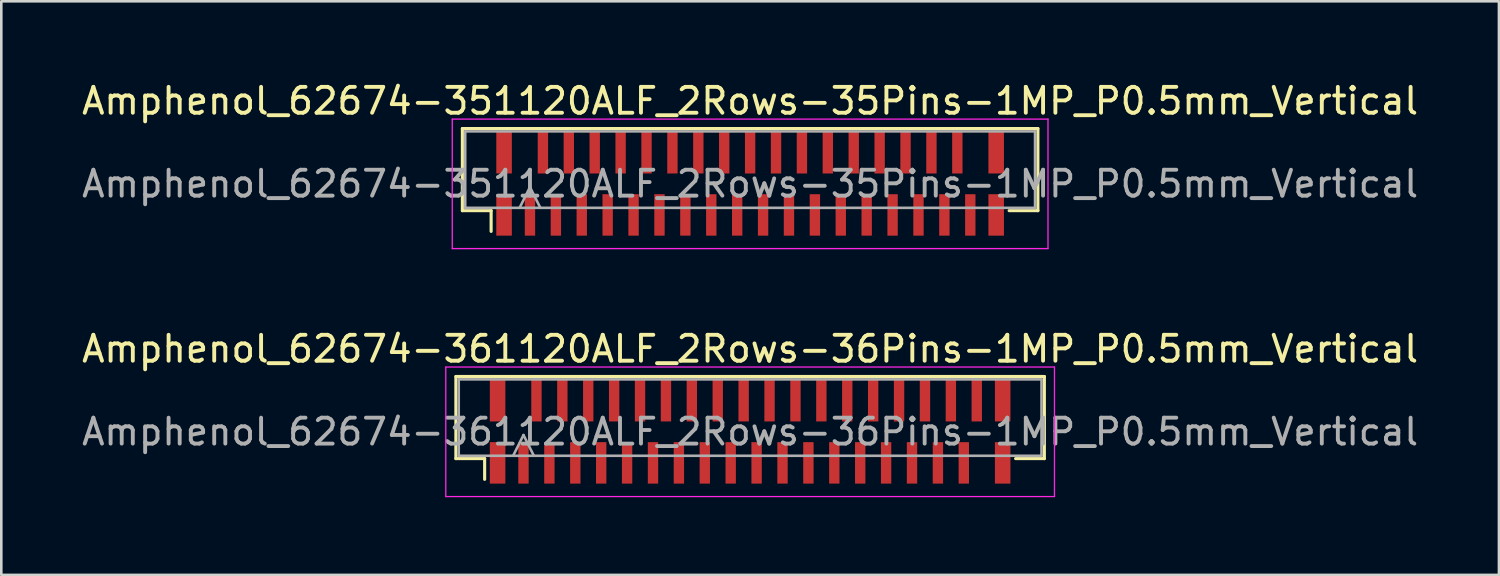
<source format=kicad_pcb>
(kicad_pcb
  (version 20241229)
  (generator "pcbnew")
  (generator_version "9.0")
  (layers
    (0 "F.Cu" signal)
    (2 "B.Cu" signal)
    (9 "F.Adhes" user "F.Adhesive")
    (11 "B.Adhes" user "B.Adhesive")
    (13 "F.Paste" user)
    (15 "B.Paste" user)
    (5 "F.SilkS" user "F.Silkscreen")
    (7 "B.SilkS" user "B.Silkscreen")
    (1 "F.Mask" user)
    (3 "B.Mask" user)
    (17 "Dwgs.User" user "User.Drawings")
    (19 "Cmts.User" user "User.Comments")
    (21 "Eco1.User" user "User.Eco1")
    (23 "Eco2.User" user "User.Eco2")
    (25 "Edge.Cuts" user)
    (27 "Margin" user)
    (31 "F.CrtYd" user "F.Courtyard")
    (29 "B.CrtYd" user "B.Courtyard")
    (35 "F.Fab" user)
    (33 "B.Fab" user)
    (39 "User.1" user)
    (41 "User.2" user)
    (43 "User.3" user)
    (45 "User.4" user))
  (footprint "Amphenol_62674-361120ALF_2Rows-36Pins-1MP_P0.5mm_Vertical"
    (layer "F.Cu")
    (at 25.911 13.621)
    (property "Reference" "Amphenol_62674-361120ALF_2Rows-36Pins-1MP_P0.5mm_Vertical" (at 0 -3.2 0) (layer "F.SilkS") (effects (font (size 1 1) (thickness 0.15))))
    (attr smd)
    (fp_line (start -11.36 -2.135) (end -11.36 1.035) (stroke (width 0.12) (type solid)) (layer "F.SilkS"))
    (fp_line (start -11.36 1.035) (end -10.25 1.035) (stroke (width 0.12) (type solid)) (layer "F.SilkS"))
    (fp_line (start -10.25 1.035) (end -10.25 1.835) (stroke (width 0.12) (type solid)) (layer "F.SilkS"))
    (fp_line (start 10.25 1.035) (end 11.36 1.035) (stroke (width 0.12) (type solid)) (layer "F.SilkS"))
    (fp_line (start 11.36 -2.135) (end -11.36 -2.135) (stroke (width 0.12) (type solid)) (layer "F.SilkS"))
    (fp_line (start 11.36 1.035) (end 11.36 -2.135) (stroke (width 0.12) (type solid)) (layer "F.SilkS"))
    (fp_line (start -11.75 -2.5) (end 11.75 -2.5) (stroke (width 0.05) (type solid)) (layer "F.CrtYd"))
    (fp_line (start -11.75 2.5) (end -11.75 -2.5) (stroke (width 0.05) (type solid)) (layer "F.CrtYd"))
    (fp_line (start 11.75 -2.5) (end 11.75 2.5) (stroke (width 0.05) (type solid)) (layer "F.CrtYd"))
    (fp_line (start 11.75 2.5) (end -11.75 2.5) (stroke (width 0.05) (type solid)) (layer "F.CrtYd"))
    (fp_line (start -11.25 -2.025) (end -11.25 0.925) (stroke (width 0.1) (type solid)) (layer "F.Fab"))
    (fp_line (start -11.25 0.925) (end 11.25 0.925) (stroke (width 0.1) (type solid)) (layer "F.Fab"))
    (fp_line (start -9.15 0.925) (end -8.75 0.125) (stroke (width 0.1) (type solid)) (layer "F.Fab"))
    (fp_line (start -8.75 0.125) (end -8.35 0.925) (stroke (width 0.1) (type solid)) (layer "F.Fab"))
    (fp_line (start 11.25 -2.025) (end -11.25 -2.025) (stroke (width 0.1) (type solid)) (layer "F.Fab"))
    (fp_line (start 11.25 0.925) (end 11.25 -2.025) (stroke (width 0.1) (type solid)) (layer "F.Fab"))
    (fp_text user "${REFERENCE}" (at 0 0 0) (layer "F.Fab") (effects (font (size 1 1) (thickness 0.15))))
    (pad "1" smd rect (at -8.75 1.2) (size 0.4 1.6) (layers "F.Cu" "F.Mask" "F.Paste"))
    (pad "2" smd rect (at -8.25 -1.2) (size 0.4 1.6) (layers "F.Cu" "F.Mask" "F.Paste"))
    (pad "3" smd rect (at -7.75 1.2) (size 0.4 1.6) (layers "F.Cu" "F.Mask" "F.Paste"))
    (pad "4" smd rect (at -7.25 -1.2) (size 0.4 1.6) (layers "F.Cu" "F.Mask" "F.Paste"))
    (pad "5" smd rect (at -6.75 1.2) (size 0.4 1.6) (layers "F.Cu" "F.Mask" "F.Paste"))
    (pad "6" smd rect (at -6.25 -1.2) (size 0.4 1.6) (layers "F.Cu" "F.Mask" "F.Paste"))
    (pad "7" smd rect (at -5.75 1.2) (size 0.4 1.6) (layers "F.Cu" "F.Mask" "F.Paste"))
    (pad "8" smd rect (at -5.25 -1.2) (size 0.4 1.6) (layers "F.Cu" "F.Mask" "F.Paste"))
    (pad "9" smd rect (at -4.75 1.2) (size 0.4 1.6) (layers "F.Cu" "F.Mask" "F.Paste"))
    (pad "10" smd rect (at -4.25 -1.2) (size 0.4 1.6) (layers "F.Cu" "F.Mask" "F.Paste"))
    (pad "11" smd rect (at -3.75 1.2) (size 0.4 1.6) (layers "F.Cu" "F.Mask" "F.Paste"))
    (pad "12" smd rect (at -3.25 -1.2) (size 0.4 1.6) (layers "F.Cu" "F.Mask" "F.Paste"))
    (pad "13" smd rect (at -2.75 1.2) (size 0.4 1.6) (layers "F.Cu" "F.Mask" "F.Paste"))
    (pad "14" smd rect (at -2.25 -1.2) (size 0.4 1.6) (layers "F.Cu" "F.Mask" "F.Paste"))
    (pad "15" smd rect (at -1.75 1.2) (size 0.4 1.6) (layers "F.Cu" "F.Mask" "F.Paste"))
    (pad "16" smd rect (at -1.25 -1.2) (size 0.4 1.6) (layers "F.Cu" "F.Mask" "F.Paste"))
    (pad "17" smd rect (at -0.75 1.2) (size 0.4 1.6) (layers "F.Cu" "F.Mask" "F.Paste"))
    (pad "18" smd rect (at -0.25 -1.2) (size 0.4 1.6) (layers "F.Cu" "F.Mask" "F.Paste"))
    (pad "19" smd rect (at 0.25 1.2) (size 0.4 1.6) (layers "F.Cu" "F.Mask" "F.Paste"))
    (pad "20" smd rect (at 0.75 -1.2) (size 0.4 1.6) (layers "F.Cu" "F.Mask" "F.Paste"))
    (pad "21" smd rect (at 1.25 1.2) (size 0.4 1.6) (layers "F.Cu" "F.Mask" "F.Paste"))
    (pad "22" smd rect (at 1.75 -1.2) (size 0.4 1.6) (layers "F.Cu" "F.Mask" "F.Paste"))
    (pad "23" smd rect (at 2.25 1.2) (size 0.4 1.6) (layers "F.Cu" "F.Mask" "F.Paste"))
    (pad "24" smd rect (at 2.75 -1.2) (size 0.4 1.6) (layers "F.Cu" "F.Mask" "F.Paste"))
    (pad "25" smd rect (at 3.25 1.2) (size 0.4 1.6) (layers "F.Cu" "F.Mask" "F.Paste"))
    (pad "26" smd rect (at 3.75 -1.2) (size 0.4 1.6) (layers "F.Cu" "F.Mask" "F.Paste"))
    (pad "27" smd rect (at 4.25 1.2) (size 0.4 1.6) (layers "F.Cu" "F.Mask" "F.Paste"))
    (pad "28" smd rect (at 4.75 -1.2) (size 0.4 1.6) (layers "F.Cu" "F.Mask" "F.Paste"))
    (pad "29" smd rect (at 5.25 1.2) (size 0.4 1.6) (layers "F.Cu" "F.Mask" "F.Paste"))
    (pad "30" smd rect (at 5.75 -1.2) (size 0.4 1.6) (layers "F.Cu" "F.Mask" "F.Paste"))
    (pad "31" smd rect (at 6.25 1.2) (size 0.4 1.6) (layers "F.Cu" "F.Mask" "F.Paste"))
    (pad "32" smd rect (at 6.75 -1.2) (size 0.4 1.6) (layers "F.Cu" "F.Mask" "F.Paste"))
    (pad "33" smd rect (at 7.25 1.2) (size 0.4 1.6) (layers "F.Cu" "F.Mask" "F.Paste"))
    (pad "34" smd rect (at 7.75 -1.2) (size 0.4 1.6) (layers "F.Cu" "F.Mask" "F.Paste"))
    (pad "35" smd rect (at 8.25 1.2) (size 0.4 1.6) (layers "F.Cu" "F.Mask" "F.Paste"))
    (pad "36" smd rect (at 8.75 -1.2) (size 0.4 1.6) (layers "F.Cu" "F.Mask" "F.Paste"))
    (pad "MP" smd rect (at -9.75 -1.2) (size 0.6 1.6) (layers "F.Cu" "F.Mask" "F.Paste"))
    (pad "MP" smd rect (at -9.75 1.2) (size 0.6 1.6) (layers "F.Cu" "F.Mask" "F.Paste"))
    (pad "MP" smd rect (at 9.75 -1.2) (size 0.6 1.6) (layers "F.Cu" "F.Mask" "F.Paste"))
    (pad "MP" smd rect (at 9.75 1.2) (size 0.6 1.6) (layers "F.Cu" "F.Mask" "F.Paste")))
  (footprint "Amphenol_62674-351120ALF_2Rows-35Pins-1MP_P0.5mm_Vertical"
    (layer "F.Cu")
    (at 25.911 4.048)
    (property "Reference" "Amphenol_62674-351120ALF_2Rows-35Pins-1MP_P0.5mm_Vertical" (at 0 -3.2 0) (layer "F.SilkS") (effects (font (size 1 1) (thickness 0.15))))
    (attr smd)
    (fp_line (start -11.11 -2.135) (end -11.11 1.035) (stroke (width 0.12) (type solid)) (layer "F.SilkS"))
    (fp_line (start -11.11 1.035) (end -10 1.035) (stroke (width 0.12) (type solid)) (layer "F.SilkS"))
    (fp_line (start -10 1.035) (end -10 1.835) (stroke (width 0.12) (type solid)) (layer "F.SilkS"))
    (fp_line (start 10 1.035) (end 11.11 1.035) (stroke (width 0.12) (type solid)) (layer "F.SilkS"))
    (fp_line (start 11.11 -2.135) (end -11.11 -2.135) (stroke (width 0.12) (type solid)) (layer "F.SilkS"))
    (fp_line (start 11.11 1.035) (end 11.11 -2.135) (stroke (width 0.12) (type solid)) (layer "F.SilkS"))
    (fp_line (start -11.5 -2.5) (end 11.5 -2.5) (stroke (width 0.05) (type solid)) (layer "F.CrtYd"))
    (fp_line (start -11.5 2.5) (end -11.5 -2.5) (stroke (width 0.05) (type solid)) (layer "F.CrtYd"))
    (fp_line (start 11.5 -2.5) (end 11.5 2.5) (stroke (width 0.05) (type solid)) (layer "F.CrtYd"))
    (fp_line (start 11.5 2.5) (end -11.5 2.5) (stroke (width 0.05) (type solid)) (layer "F.CrtYd"))
    (fp_line (start -11 -2.025) (end -11 0.925) (stroke (width 0.1) (type solid)) (layer "F.Fab"))
    (fp_line (start -11 0.925) (end 11 0.925) (stroke (width 0.1) (type solid)) (layer "F.Fab"))
    (fp_line (start -8.9 0.925) (end -8.5 0.125) (stroke (width 0.1) (type solid)) (layer "F.Fab"))
    (fp_line (start -8.5 0.125) (end -8.1 0.925) (stroke (width 0.1) (type solid)) (layer "F.Fab"))
    (fp_line (start 11 -2.025) (end -11 -2.025) (stroke (width 0.1) (type solid)) (layer "F.Fab"))
    (fp_line (start 11 0.925) (end 11 -2.025) (stroke (width 0.1) (type solid)) (layer "F.Fab"))
    (fp_text user "${REFERENCE}" (at 0 0 0) (layer "F.Fab") (effects (font (size 1 1) (thickness 0.15))))
    (pad "1" smd rect (at -8.5 1.2) (size 0.4 1.6) (layers "F.Cu" "F.Mask" "F.Paste"))
    (pad "2" smd rect (at -8 -1.2) (size 0.4 1.6) (layers "F.Cu" "F.Mask" "F.Paste"))
    (pad "3" smd rect (at -7.5 1.2) (size 0.4 1.6) (layers "F.Cu" "F.Mask" "F.Paste"))
    (pad "4" smd rect (at -7 -1.2) (size 0.4 1.6) (layers "F.Cu" "F.Mask" "F.Paste"))
    (pad "5" smd rect (at -6.5 1.2) (size 0.4 1.6) (layers "F.Cu" "F.Mask" "F.Paste"))
    (pad "6" smd rect (at -6 -1.2) (size 0.4 1.6) (layers "F.Cu" "F.Mask" "F.Paste"))
    (pad "7" smd rect (at -5.5 1.2) (size 0.4 1.6) (layers "F.Cu" "F.Mask" "F.Paste"))
    (pad "8" smd rect (at -5 -1.2) (size 0.4 1.6) (layers "F.Cu" "F.Mask" "F.Paste"))
    (pad "9" smd rect (at -4.5 1.2) (size 0.4 1.6) (layers "F.Cu" "F.Mask" "F.Paste"))
    (pad "10" smd rect (at -4 -1.2) (size 0.4 1.6) (layers "F.Cu" "F.Mask" "F.Paste"))
    (pad "11" smd rect (at -3.5 1.2) (size 0.4 1.6) (layers "F.Cu" "F.Mask" "F.Paste"))
    (pad "12" smd rect (at -3 -1.2) (size 0.4 1.6) (layers "F.Cu" "F.Mask" "F.Paste"))
    (pad "13" smd rect (at -2.5 1.2) (size 0.4 1.6) (layers "F.Cu" "F.Mask" "F.Paste"))
    (pad "14" smd rect (at -2 -1.2) (size 0.4 1.6) (layers "F.Cu" "F.Mask" "F.Paste"))
    (pad "15" smd rect (at -1.5 1.2) (size 0.4 1.6) (layers "F.Cu" "F.Mask" "F.Paste"))
    (pad "16" smd rect (at -1 -1.2) (size 0.4 1.6) (layers "F.Cu" "F.Mask" "F.Paste"))
    (pad "17" smd rect (at -0.5 1.2) (size 0.4 1.6) (layers "F.Cu" "F.Mask" "F.Paste"))
    (pad "18" smd rect (at 0 -1.2) (size 0.4 1.6) (layers "F.Cu" "F.Mask" "F.Paste"))
    (pad "19" smd rect (at 0.5 1.2) (size 0.4 1.6) (layers "F.Cu" "F.Mask" "F.Paste"))
    (pad "20" smd rect (at 1 -1.2) (size 0.4 1.6) (layers "F.Cu" "F.Mask" "F.Paste"))
    (pad "21" smd rect (at 1.5 1.2) (size 0.4 1.6) (layers "F.Cu" "F.Mask" "F.Paste"))
    (pad "22" smd rect (at 2 -1.2) (size 0.4 1.6) (layers "F.Cu" "F.Mask" "F.Paste"))
    (pad "23" smd rect (at 2.5 1.2) (size 0.4 1.6) (layers "F.Cu" "F.Mask" "F.Paste"))
    (pad "24" smd rect (at 3 -1.2) (size 0.4 1.6) (layers "F.Cu" "F.Mask" "F.Paste"))
    (pad "25" smd rect (at 3.5 1.2) (size 0.4 1.6) (layers "F.Cu" "F.Mask" "F.Paste"))
    (pad "26" smd rect (at 4 -1.2) (size 0.4 1.6) (layers "F.Cu" "F.Mask" "F.Paste"))
    (pad "27" smd rect (at 4.5 1.2) (size 0.4 1.6) (layers "F.Cu" "F.Mask" "F.Paste"))
    (pad "28" smd rect (at 5 -1.2) (size 0.4 1.6) (layers "F.Cu" "F.Mask" "F.Paste"))
    (pad "29" smd rect (at 5.5 1.2) (size 0.4 1.6) (layers "F.Cu" "F.Mask" "F.Paste"))
    (pad "30" smd rect (at 6 -1.2) (size 0.4 1.6) (layers "F.Cu" "F.Mask" "F.Paste"))
    (pad "31" smd rect (at 6.5 1.2) (size 0.4 1.6) (layers "F.Cu" "F.Mask" "F.Paste"))
    (pad "32" smd rect (at 7 -1.2) (size 0.4 1.6) (layers "F.Cu" "F.Mask" "F.Paste"))
    (pad "33" smd rect (at 7.5 1.2) (size 0.4 1.6) (layers "F.Cu" "F.Mask" "F.Paste"))
    (pad "34" smd rect (at 8 -1.2) (size 0.4 1.6) (layers "F.Cu" "F.Mask" "F.Paste"))
    (pad "35" smd rect (at 8.5 1.2) (size 0.4 1.6) (layers "F.Cu" "F.Mask" "F.Paste"))
    (pad "MP" smd rect (at -9.5 -1.2) (size 0.6 1.6) (layers "F.Cu" "F.Mask" "F.Paste"))
    (pad "MP" smd rect (at -9.5 1.2) (size 0.6 1.6) (layers "F.Cu" "F.Mask" "F.Paste"))
    (pad "MP" smd rect (at 9.5 -1.2) (size 0.6 1.6) (layers "F.Cu" "F.Mask" "F.Paste"))
    (pad "MP" smd rect (at 9.5 1.2) (size 0.6 1.6) (layers "F.Cu" "F.Mask" "F.Paste")))
  (gr_rect
    (start -3 -3)
    (end 54.821 19.146)
    (stroke (width 0.1) (type default))
    (fill no)
    (layer "Edge.Cuts")))
</source>
